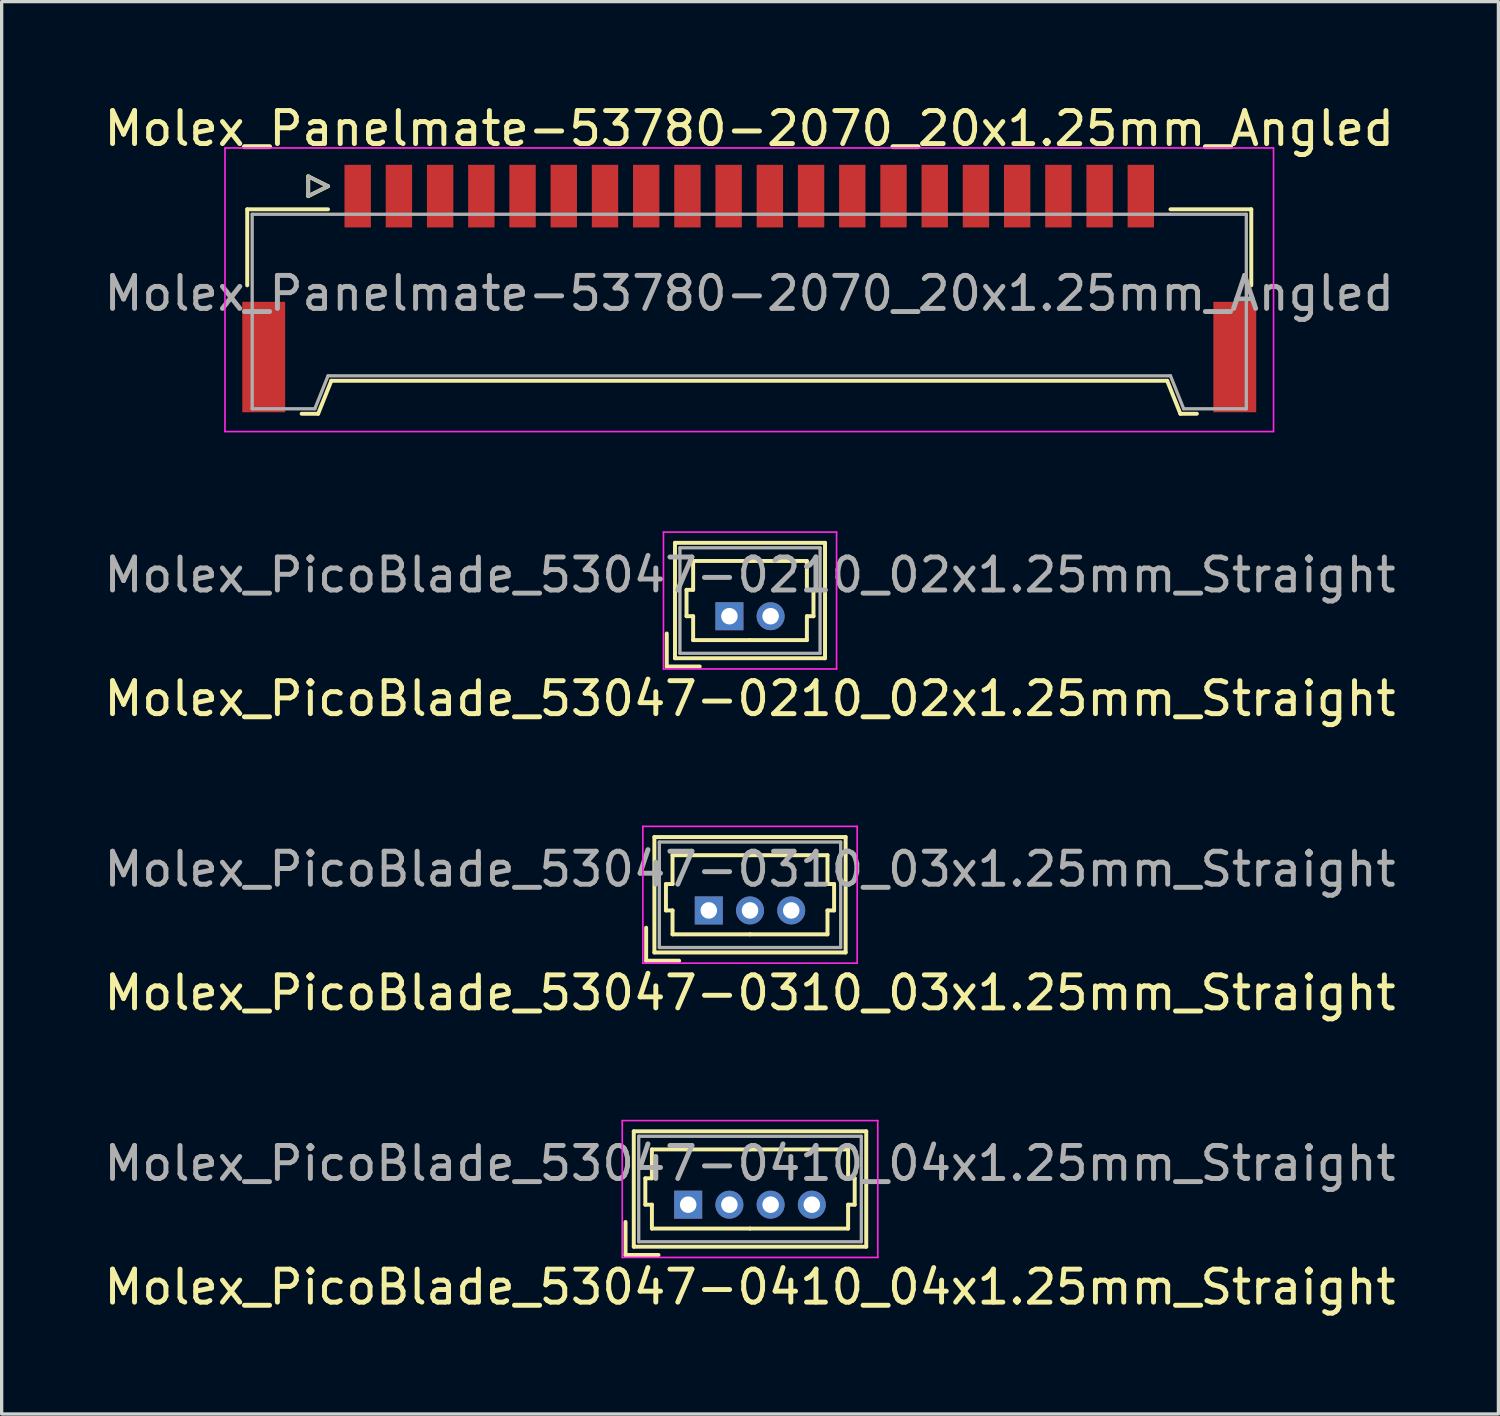
<source format=kicad_pcb>
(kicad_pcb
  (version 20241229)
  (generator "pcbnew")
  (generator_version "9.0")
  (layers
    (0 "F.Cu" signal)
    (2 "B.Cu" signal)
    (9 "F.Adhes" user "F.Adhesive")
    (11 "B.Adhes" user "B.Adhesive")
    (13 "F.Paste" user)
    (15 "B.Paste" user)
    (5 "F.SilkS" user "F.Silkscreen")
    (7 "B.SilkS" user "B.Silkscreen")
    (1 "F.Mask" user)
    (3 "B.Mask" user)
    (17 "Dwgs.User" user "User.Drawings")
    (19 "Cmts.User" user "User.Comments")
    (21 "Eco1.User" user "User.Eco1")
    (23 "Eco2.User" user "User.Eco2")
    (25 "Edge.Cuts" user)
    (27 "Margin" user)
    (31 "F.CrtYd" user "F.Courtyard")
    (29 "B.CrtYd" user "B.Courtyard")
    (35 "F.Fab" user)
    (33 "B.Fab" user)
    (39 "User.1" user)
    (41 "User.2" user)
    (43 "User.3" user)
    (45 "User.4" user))
  (footprint "Molex_Panelmate-53780-2070_20x1.25mm_Angled"
    (layer "F.Cu")
    (at 19.673 5.338)
    (property "Reference" "Molex_Panelmate-53780-2070_20x1.25mm_Angled" (at 0 -4.49 0) (layer "F.SilkS") (effects (font (size 1 1) (thickness 0.15))))
    (attr smd)
    (fp_line (start -15.225 -2.04) (end -15.225 0.265) (stroke (width 0.12) (type solid)) (layer "F.SilkS"))
    (fp_line (start -13.575 4.16) (end -13.075 4.16) (stroke (width 0.12) (type solid)) (layer "F.SilkS"))
    (fp_line (start -13.375 -3.04) (end -13.375 -2.44) (stroke (width 0.12) (type solid)) (layer "F.SilkS"))
    (fp_line (start -13.375 -2.44) (end -12.775 -2.74) (stroke (width 0.12) (type solid)) (layer "F.SilkS"))
    (fp_line (start -13.075 4.16) (end -12.675 3.16) (stroke (width 0.12) (type solid)) (layer "F.SilkS"))
    (fp_line (start -12.775 -2.74) (end -13.375 -3.04) (stroke (width 0.12) (type solid)) (layer "F.SilkS"))
    (fp_line (start -12.775 -2.04) (end -15.225 -2.04) (stroke (width 0.12) (type solid)) (layer "F.SilkS"))
    (fp_line (start -12.675 3.16) (end 12.675 3.16) (stroke (width 0.12) (type solid)) (layer "F.SilkS"))
    (fp_line (start 12.675 3.16) (end 13.075 4.16) (stroke (width 0.12) (type solid)) (layer "F.SilkS"))
    (fp_line (start 12.775 -2.04) (end 15.225 -2.04) (stroke (width 0.12) (type solid)) (layer "F.SilkS"))
    (fp_line (start 13.075 4.16) (end 13.575 4.16) (stroke (width 0.12) (type solid)) (layer "F.SilkS"))
    (fp_line (start 15.225 -2.04) (end 15.225 0.265) (stroke (width 0.12) (type solid)) (layer "F.SilkS"))
    (fp_line (start -15.9 -3.9) (end -15.9 4.7) (stroke (width 0.05) (type solid)) (layer "F.CrtYd"))
    (fp_line (start -15.9 4.7) (end 15.9 4.7) (stroke (width 0.05) (type solid)) (layer "F.CrtYd"))
    (fp_line (start 15.9 -3.9) (end -15.9 -3.9) (stroke (width 0.05) (type solid)) (layer "F.CrtYd"))
    (fp_line (start 15.9 4.7) (end 15.9 -3.9) (stroke (width 0.05) (type solid)) (layer "F.CrtYd"))
    (fp_line (start -15.075 -1.89) (end -15.075 4.01) (stroke (width 0.1) (type solid)) (layer "F.Fab"))
    (fp_line (start -15.075 4.01) (end -13.175 4.01) (stroke (width 0.1) (type solid)) (layer "F.Fab"))
    (fp_line (start -13.375 -3.04) (end -13.375 -2.44) (stroke (width 0.1) (type solid)) (layer "F.Fab"))
    (fp_line (start -13.375 -2.44) (end -12.775 -2.74) (stroke (width 0.1) (type solid)) (layer "F.Fab"))
    (fp_line (start -13.175 4.01) (end -12.775 3.01) (stroke (width 0.1) (type solid)) (layer "F.Fab"))
    (fp_line (start -12.775 -2.74) (end -13.375 -3.04) (stroke (width 0.1) (type solid)) (layer "F.Fab"))
    (fp_line (start -12.775 3.01) (end 12.775 3.01) (stroke (width 0.1) (type solid)) (layer "F.Fab"))
    (fp_line (start 12.775 3.01) (end 13.175 4.01) (stroke (width 0.1) (type solid)) (layer "F.Fab"))
    (fp_line (start 13.175 4.01) (end 15.075 4.01) (stroke (width 0.1) (type solid)) (layer "F.Fab"))
    (fp_line (start 15.075 -1.89) (end -15.075 -1.89) (stroke (width 0.1) (type solid)) (layer "F.Fab"))
    (fp_line (start 15.075 4.01) (end 15.075 -1.89) (stroke (width 0.1) (type solid)) (layer "F.Fab"))
    (fp_text user "${REFERENCE}" (at 0 0.51 0) (layer "F.Fab") (effects (font (size 1 1) (thickness 0.15))))
    (pad "" smd rect (at -14.725 2.44) (size 1.3 3.35) (layers "F.Cu" "F.Mask" "F.Paste"))
    (pad "" smd rect (at 14.725 2.44) (size 1.3 3.35) (layers "F.Cu" "F.Mask" "F.Paste"))
    (pad "1" smd rect (at -11.875 -2.44) (size 0.8 1.9) (layers "F.Cu" "F.Mask" "F.Paste"))
    (pad "2" smd rect (at -10.625 -2.44) (size 0.8 1.9) (layers "F.Cu" "F.Mask" "F.Paste"))
    (pad "3" smd rect (at -9.375 -2.44) (size 0.8 1.9) (layers "F.Cu" "F.Mask" "F.Paste"))
    (pad "4" smd rect (at -8.125 -2.44) (size 0.8 1.9) (layers "F.Cu" "F.Mask" "F.Paste"))
    (pad "5" smd rect (at -6.875 -2.44) (size 0.8 1.9) (layers "F.Cu" "F.Mask" "F.Paste"))
    (pad "6" smd rect (at -5.625 -2.44) (size 0.8 1.9) (layers "F.Cu" "F.Mask" "F.Paste"))
    (pad "7" smd rect (at -4.375 -2.44) (size 0.8 1.9) (layers "F.Cu" "F.Mask" "F.Paste"))
    (pad "8" smd rect (at -3.125 -2.44) (size 0.8 1.9) (layers "F.Cu" "F.Mask" "F.Paste"))
    (pad "9" smd rect (at -1.875 -2.44) (size 0.8 1.9) (layers "F.Cu" "F.Mask" "F.Paste"))
    (pad "10" smd rect (at -0.625 -2.44) (size 0.8 1.9) (layers "F.Cu" "F.Mask" "F.Paste"))
    (pad "11" smd rect (at 0.625 -2.44) (size 0.8 1.9) (layers "F.Cu" "F.Mask" "F.Paste"))
    (pad "12" smd rect (at 1.875 -2.44) (size 0.8 1.9) (layers "F.Cu" "F.Mask" "F.Paste"))
    (pad "13" smd rect (at 3.125 -2.44) (size 0.8 1.9) (layers "F.Cu" "F.Mask" "F.Paste"))
    (pad "14" smd rect (at 4.375 -2.44) (size 0.8 1.9) (layers "F.Cu" "F.Mask" "F.Paste"))
    (pad "15" smd rect (at 5.625 -2.44) (size 0.8 1.9) (layers "F.Cu" "F.Mask" "F.Paste"))
    (pad "16" smd rect (at 6.875 -2.44) (size 0.8 1.9) (layers "F.Cu" "F.Mask" "F.Paste"))
    (pad "17" smd rect (at 8.125 -2.44) (size 0.8 1.9) (layers "F.Cu" "F.Mask" "F.Paste"))
    (pad "18" smd rect (at 9.375 -2.44) (size 0.8 1.9) (layers "F.Cu" "F.Mask" "F.Paste"))
    (pad "19" smd rect (at 10.625 -2.44) (size 0.8 1.9) (layers "F.Cu" "F.Mask" "F.Paste"))
    (pad "20" smd rect (at 11.875 -2.44) (size 0.8 1.9) (layers "F.Cu" "F.Mask" "F.Paste")))
  (footprint "Molex_PicoBlade_53047-0210_02x1.25mm_Straight"
    (layer "F.Cu")
    (at 19.071 15.638)
    (property "Reference" "Molex_PicoBlade_53047-0210_02x1.25mm_Straight" (at 0.625 2.5 0) (layer "F.SilkS") (effects (font (size 1 1) (thickness 0.15))))
    (attr through_hole)
    (fp_line (start -1.9 1.525) (end -1.9 0.525) (stroke (width 0.12) (type solid)) (layer "F.SilkS"))
    (fp_line (start -1.9 1.525) (end -0.9 1.525) (stroke (width 0.12) (type solid)) (layer "F.SilkS"))
    (fp_line (start -1.65 -2.225) (end -1.65 1.275) (stroke (width 0.12) (type solid)) (layer "F.SilkS"))
    (fp_line (start -1.65 1.275) (end 2.9 1.275) (stroke (width 0.12) (type solid)) (layer "F.SilkS"))
    (fp_line (start -1.3 -0.8) (end -1.1 -0.8) (stroke (width 0.12) (type solid)) (layer "F.SilkS"))
    (fp_line (start -1.3 0) (end -1.3 -0.8) (stroke (width 0.12) (type solid)) (layer "F.SilkS"))
    (fp_line (start -1.1 -1.675) (end 0.625 -1.675) (stroke (width 0.12) (type solid)) (layer "F.SilkS"))
    (fp_line (start -1.1 -0.8) (end -1.1 -1.675) (stroke (width 0.12) (type solid)) (layer "F.SilkS"))
    (fp_line (start -1.1 0) (end -1.3 0) (stroke (width 0.12) (type solid)) (layer "F.SilkS"))
    (fp_line (start -1.1 0.725) (end -1.1 0) (stroke (width 0.12) (type solid)) (layer "F.SilkS"))
    (fp_line (start 0.625 0.725) (end -1.1 0.725) (stroke (width 0.12) (type solid)) (layer "F.SilkS"))
    (fp_line (start 0.625 0.725) (end 2.35 0.725) (stroke (width 0.12) (type solid)) (layer "F.SilkS"))
    (fp_line (start 2.35 -1.675) (end 0.625 -1.675) (stroke (width 0.12) (type solid)) (layer "F.SilkS"))
    (fp_line (start 2.35 -0.8) (end 2.35 -1.675) (stroke (width 0.12) (type solid)) (layer "F.SilkS"))
    (fp_line (start 2.35 0) (end 2.55 0) (stroke (width 0.12) (type solid)) (layer "F.SilkS"))
    (fp_line (start 2.35 0.725) (end 2.35 0) (stroke (width 0.12) (type solid)) (layer "F.SilkS"))
    (fp_line (start 2.55 -0.8) (end 2.35 -0.8) (stroke (width 0.12) (type solid)) (layer "F.SilkS"))
    (fp_line (start 2.55 0) (end 2.55 -0.8) (stroke (width 0.12) (type solid)) (layer "F.SilkS"))
    (fp_line (start 2.9 -2.225) (end -1.65 -2.225) (stroke (width 0.12) (type solid)) (layer "F.SilkS"))
    (fp_line (start 2.9 1.275) (end 2.9 -2.225) (stroke (width 0.12) (type solid)) (layer "F.SilkS"))
    (fp_line (start -2 -2.55) (end -2 1.6) (stroke (width 0.05) (type solid)) (layer "F.CrtYd"))
    (fp_line (start -2 1.6) (end 3.25 1.6) (stroke (width 0.05) (type solid)) (layer "F.CrtYd"))
    (fp_line (start 3.25 -2.55) (end -2 -2.55) (stroke (width 0.05) (type solid)) (layer "F.CrtYd"))
    (fp_line (start 3.25 1.6) (end 3.25 -2.55) (stroke (width 0.05) (type solid)) (layer "F.CrtYd"))
    (fp_line (start -1.5 -2.075) (end -1.5 1.125) (stroke (width 0.1) (type solid)) (layer "F.Fab"))
    (fp_line (start -1.5 1.125) (end 2.75 1.125) (stroke (width 0.1) (type solid)) (layer "F.Fab"))
    (fp_line (start 2.75 -2.075) (end -1.5 -2.075) (stroke (width 0.1) (type solid)) (layer "F.Fab"))
    (fp_line (start 2.75 1.125) (end 2.75 -2.075) (stroke (width 0.1) (type solid)) (layer "F.Fab"))
    (fp_text user "${REFERENCE}" (at 0.625 -1.25 0) (layer "F.Fab") (effects (font (size 1 1) (thickness 0.15))))
    (pad "1" thru_hole rect (at 0 0) (size 0.85 0.85) (drill 0.5) (layers "*.Cu" "*.Mask"))
    (pad "2" thru_hole circle (at 1.25 0) (size 0.85 0.85) (drill 0.5) (layers "*.Cu" "*.Mask")))
  (footprint "Molex_PicoBlade_53047-0310_03x1.25mm_Straight"
    (layer "F.Cu")
    (at 18.446 24.561)
    (property "Reference" "Molex_PicoBlade_53047-0310_03x1.25mm_Straight" (at 1.25 2.5 0) (layer "F.SilkS") (effects (font (size 1 1) (thickness 0.15))))
    (attr through_hole)
    (fp_line (start -1.9 1.525) (end -1.9 0.525) (stroke (width 0.12) (type solid)) (layer "F.SilkS"))
    (fp_line (start -1.9 1.525) (end -0.9 1.525) (stroke (width 0.12) (type solid)) (layer "F.SilkS"))
    (fp_line (start -1.65 -2.225) (end -1.65 1.275) (stroke (width 0.12) (type solid)) (layer "F.SilkS"))
    (fp_line (start -1.65 1.275) (end 4.15 1.275) (stroke (width 0.12) (type solid)) (layer "F.SilkS"))
    (fp_line (start -1.3 -0.8) (end -1.1 -0.8) (stroke (width 0.12) (type solid)) (layer "F.SilkS"))
    (fp_line (start -1.3 0) (end -1.3 -0.8) (stroke (width 0.12) (type solid)) (layer "F.SilkS"))
    (fp_line (start -1.1 -1.675) (end 1.25 -1.675) (stroke (width 0.12) (type solid)) (layer "F.SilkS"))
    (fp_line (start -1.1 -0.8) (end -1.1 -1.675) (stroke (width 0.12) (type solid)) (layer "F.SilkS"))
    (fp_line (start -1.1 0) (end -1.3 0) (stroke (width 0.12) (type solid)) (layer "F.SilkS"))
    (fp_line (start -1.1 0.725) (end -1.1 0) (stroke (width 0.12) (type solid)) (layer "F.SilkS"))
    (fp_line (start 1.25 0.725) (end -1.1 0.725) (stroke (width 0.12) (type solid)) (layer "F.SilkS"))
    (fp_line (start 1.25 0.725) (end 3.6 0.725) (stroke (width 0.12) (type solid)) (layer "F.SilkS"))
    (fp_line (start 3.6 -1.675) (end 1.25 -1.675) (stroke (width 0.12) (type solid)) (layer "F.SilkS"))
    (fp_line (start 3.6 -0.8) (end 3.6 -1.675) (stroke (width 0.12) (type solid)) (layer "F.SilkS"))
    (fp_line (start 3.6 0) (end 3.8 0) (stroke (width 0.12) (type solid)) (layer "F.SilkS"))
    (fp_line (start 3.6 0.725) (end 3.6 0) (stroke (width 0.12) (type solid)) (layer "F.SilkS"))
    (fp_line (start 3.8 -0.8) (end 3.6 -0.8) (stroke (width 0.12) (type solid)) (layer "F.SilkS"))
    (fp_line (start 3.8 0) (end 3.8 -0.8) (stroke (width 0.12) (type solid)) (layer "F.SilkS"))
    (fp_line (start 4.15 -2.225) (end -1.65 -2.225) (stroke (width 0.12) (type solid)) (layer "F.SilkS"))
    (fp_line (start 4.15 1.275) (end 4.15 -2.225) (stroke (width 0.12) (type solid)) (layer "F.SilkS"))
    (fp_line (start -2 -2.55) (end -2 1.6) (stroke (width 0.05) (type solid)) (layer "F.CrtYd"))
    (fp_line (start -2 1.6) (end 4.5 1.6) (stroke (width 0.05) (type solid)) (layer "F.CrtYd"))
    (fp_line (start 4.5 -2.55) (end -2 -2.55) (stroke (width 0.05) (type solid)) (layer "F.CrtYd"))
    (fp_line (start 4.5 1.6) (end 4.5 -2.55) (stroke (width 0.05) (type solid)) (layer "F.CrtYd"))
    (fp_line (start -1.5 -2.075) (end -1.5 1.125) (stroke (width 0.1) (type solid)) (layer "F.Fab"))
    (fp_line (start -1.5 1.125) (end 4 1.125) (stroke (width 0.1) (type solid)) (layer "F.Fab"))
    (fp_line (start 4 -2.075) (end -1.5 -2.075) (stroke (width 0.1) (type solid)) (layer "F.Fab"))
    (fp_line (start 4 1.125) (end 4 -2.075) (stroke (width 0.1) (type solid)) (layer "F.Fab"))
    (fp_text user "${REFERENCE}" (at 1.25 -1.25 0) (layer "F.Fab") (effects (font (size 1 1) (thickness 0.15))))
    (pad "1" thru_hole rect (at 0 0) (size 0.85 0.85) (drill 0.5) (layers "*.Cu" "*.Mask"))
    (pad "2" thru_hole circle (at 1.25 0) (size 0.85 0.85) (drill 0.5) (layers "*.Cu" "*.Mask"))
    (pad "3" thru_hole circle (at 2.5 0) (size 0.85 0.85) (drill 0.5) (layers "*.Cu" "*.Mask")))
  (footprint "Molex_PicoBlade_53047-0410_04x1.25mm_Straight"
    (layer "F.Cu")
    (at 17.821 33.485)
    (property "Reference" "Molex_PicoBlade_53047-0410_04x1.25mm_Straight" (at 1.875 2.5 0) (layer "F.SilkS") (effects (font (size 1 1) (thickness 0.15))))
    (attr through_hole)
    (fp_line (start -1.9 1.525) (end -1.9 0.525) (stroke (width 0.12) (type solid)) (layer "F.SilkS"))
    (fp_line (start -1.9 1.525) (end -0.9 1.525) (stroke (width 0.12) (type solid)) (layer "F.SilkS"))
    (fp_line (start -1.65 -2.225) (end -1.65 1.275) (stroke (width 0.12) (type solid)) (layer "F.SilkS"))
    (fp_line (start -1.65 1.275) (end 5.4 1.275) (stroke (width 0.12) (type solid)) (layer "F.SilkS"))
    (fp_line (start -1.3 -0.8) (end -1.1 -0.8) (stroke (width 0.12) (type solid)) (layer "F.SilkS"))
    (fp_line (start -1.3 0) (end -1.3 -0.8) (stroke (width 0.12) (type solid)) (layer "F.SilkS"))
    (fp_line (start -1.1 -1.675) (end 1.875 -1.675) (stroke (width 0.12) (type solid)) (layer "F.SilkS"))
    (fp_line (start -1.1 -0.8) (end -1.1 -1.675) (stroke (width 0.12) (type solid)) (layer "F.SilkS"))
    (fp_line (start -1.1 0) (end -1.3 0) (stroke (width 0.12) (type solid)) (layer "F.SilkS"))
    (fp_line (start -1.1 0.725) (end -1.1 0) (stroke (width 0.12) (type solid)) (layer "F.SilkS"))
    (fp_line (start 1.875 0.725) (end -1.1 0.725) (stroke (width 0.12) (type solid)) (layer "F.SilkS"))
    (fp_line (start 1.875 0.725) (end 4.85 0.725) (stroke (width 0.12) (type solid)) (layer "F.SilkS"))
    (fp_line (start 4.85 -1.675) (end 1.875 -1.675) (stroke (width 0.12) (type solid)) (layer "F.SilkS"))
    (fp_line (start 4.85 -0.8) (end 4.85 -1.675) (stroke (width 0.12) (type solid)) (layer "F.SilkS"))
    (fp_line (start 4.85 0) (end 5.05 0) (stroke (width 0.12) (type solid)) (layer "F.SilkS"))
    (fp_line (start 4.85 0.725) (end 4.85 0) (stroke (width 0.12) (type solid)) (layer "F.SilkS"))
    (fp_line (start 5.05 -0.8) (end 4.85 -0.8) (stroke (width 0.12) (type solid)) (layer "F.SilkS"))
    (fp_line (start 5.05 0) (end 5.05 -0.8) (stroke (width 0.12) (type solid)) (layer "F.SilkS"))
    (fp_line (start 5.4 -2.225) (end -1.65 -2.225) (stroke (width 0.12) (type solid)) (layer "F.SilkS"))
    (fp_line (start 5.4 1.275) (end 5.4 -2.225) (stroke (width 0.12) (type solid)) (layer "F.SilkS"))
    (fp_line (start -2 -2.55) (end -2 1.6) (stroke (width 0.05) (type solid)) (layer "F.CrtYd"))
    (fp_line (start -2 1.6) (end 5.75 1.6) (stroke (width 0.05) (type solid)) (layer "F.CrtYd"))
    (fp_line (start 5.75 -2.55) (end -2 -2.55) (stroke (width 0.05) (type solid)) (layer "F.CrtYd"))
    (fp_line (start 5.75 1.6) (end 5.75 -2.55) (stroke (width 0.05) (type solid)) (layer "F.CrtYd"))
    (fp_line (start -1.5 -2.075) (end -1.5 1.125) (stroke (width 0.1) (type solid)) (layer "F.Fab"))
    (fp_line (start -1.5 1.125) (end 5.25 1.125) (stroke (width 0.1) (type solid)) (layer "F.Fab"))
    (fp_line (start 5.25 -2.075) (end -1.5 -2.075) (stroke (width 0.1) (type solid)) (layer "F.Fab"))
    (fp_line (start 5.25 1.125) (end 5.25 -2.075) (stroke (width 0.1) (type solid)) (layer "F.Fab"))
    (fp_text user "${REFERENCE}" (at 1.875 -1.25 0) (layer "F.Fab") (effects (font (size 1 1) (thickness 0.15))))
    (pad "1" thru_hole rect (at 0 0) (size 0.85 0.85) (drill 0.5) (layers "*.Cu" "*.Mask"))
    (pad "2" thru_hole circle (at 1.25 0) (size 0.85 0.85) (drill 0.5) (layers "*.Cu" "*.Mask"))
    (pad "3" thru_hole circle (at 2.5 0) (size 0.85 0.85) (drill 0.5) (layers "*.Cu" "*.Mask"))
    (pad "4" thru_hole circle (at 3.75 0) (size 0.85 0.85) (drill 0.5) (layers "*.Cu" "*.Mask")))
  (gr_rect
    (start -3 -3)
    (end 42.393 39.833)
    (stroke (width 0.1) (type default))
    (fill no)
    (layer "Edge.Cuts")))
</source>
